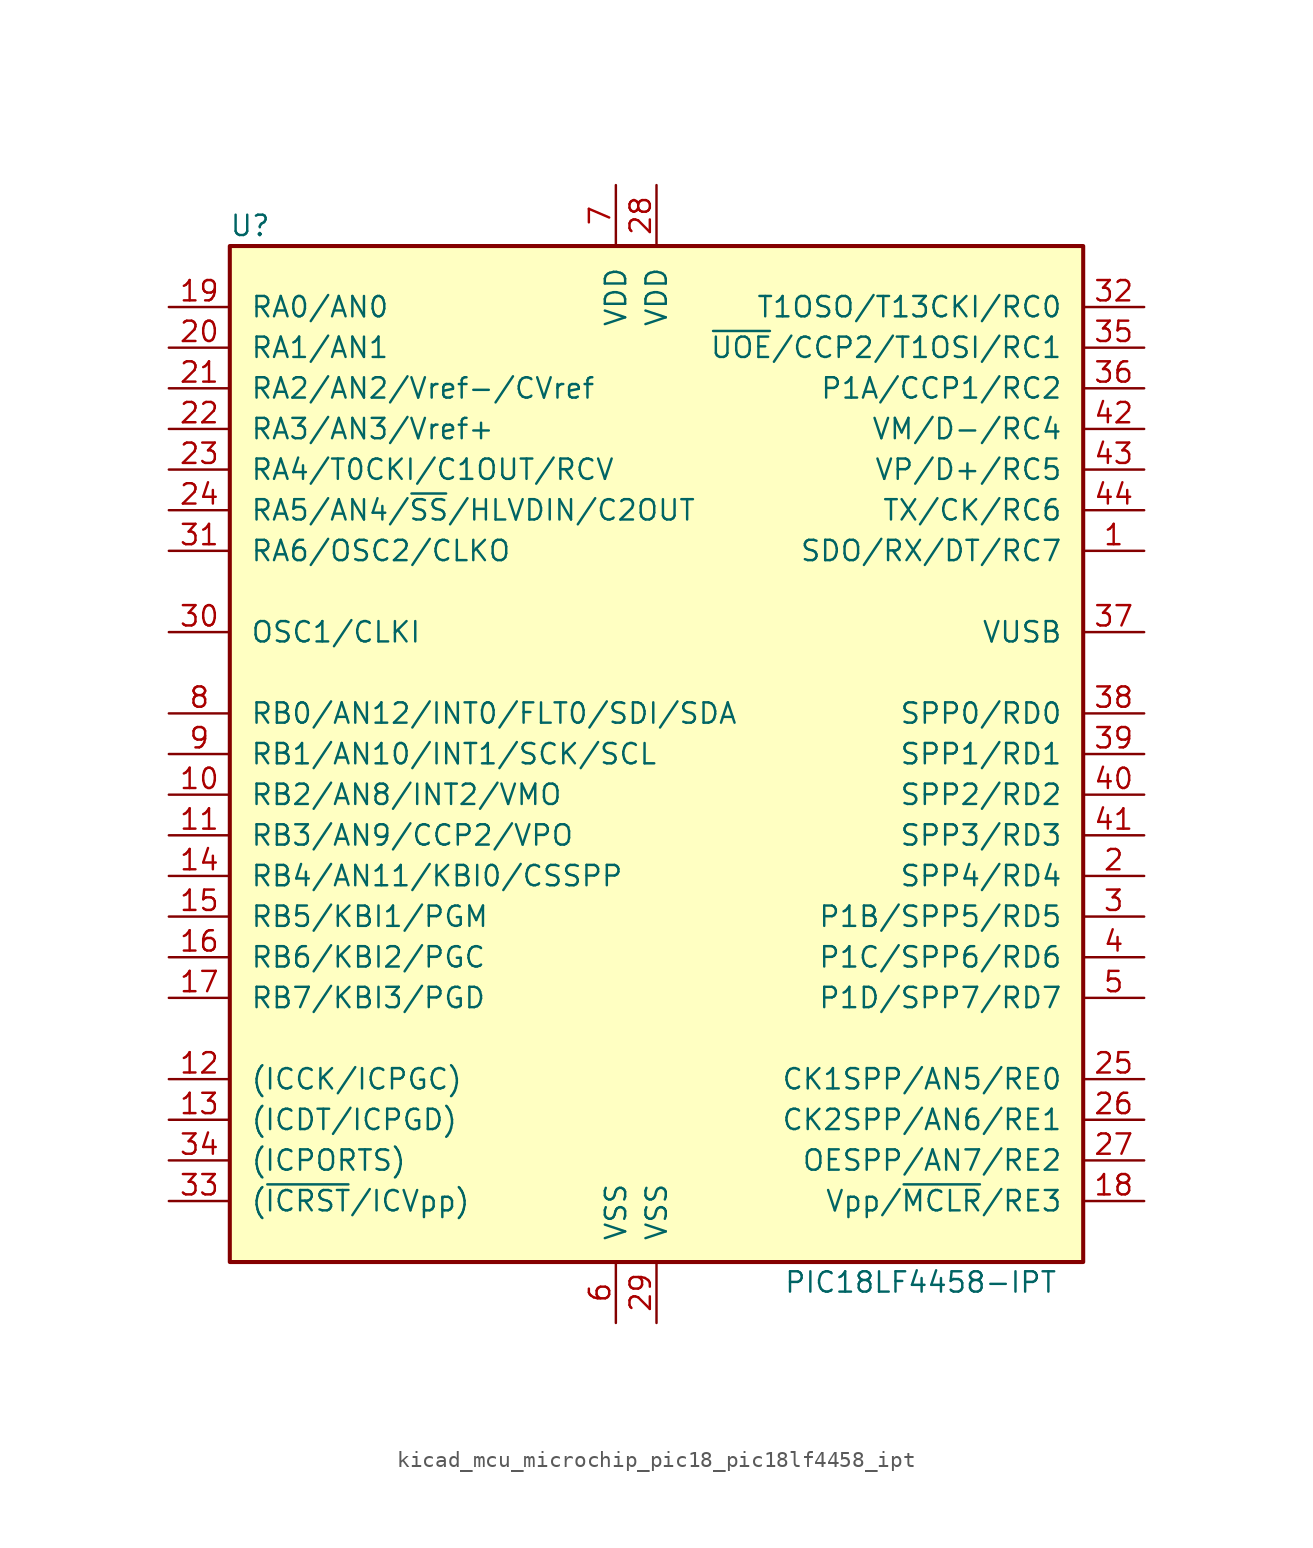
<source format=kicad_sym>
(kicad_symbol_lib
  (version 20220914)
  (generator kicad_symbol_editor)
  (symbol "kicad_mcu_microchip_pic18_pic18lf4458_ipt"
    (pin_names
      (offset 1.27))
    (property "Reference" "U"
      (at -25.4 33.02 0)
      (effects (font (size 1.27 1.27))))
    (property "Value" "PIC18LF4458-IPT"
      (at 16.51 -33.02 0)
      (effects (font (size 1.27 1.27))))
    (symbol "kicad_mcu_microchip_pic18_pic18lf4458_ipt_0_1"
      (rectangle (start -26.67 31.75) (end 26.67 -31.75) (stroke (width 0.254) (type default)) (fill (type background))))
    (symbol "kicad_mcu_microchip_pic18_pic18lf4458_ipt_1_1"
      (pin bidirectional line (at 30.48 12.7 180) (length 3.81) (name "SDO/RX/DT/RC7" (effects (font (size 1.27 1.27)))) (number "1" (effects (font (size 1.27 1.27)))))
      (pin bidirectional line (at -30.48 -2.54 0) (length 3.81) (name "RB2/AN8/INT2/VMO" (effects (font (size 1.27 1.27)))) (number "10" (effects (font (size 1.27 1.27)))))
      (pin bidirectional line (at -30.48 -5.08 0) (length 3.81) (name "RB3/AN9/CCP2/VPO" (effects (font (size 1.27 1.27)))) (number "11" (effects (font (size 1.27 1.27)))))
      (pin bidirectional line (at -30.48 -20.32 0) (length 3.81) (name "(ICCK/ICPGC)" (effects (font (size 1.27 1.27)))) (number "12" (effects (font (size 1.27 1.27)))))
      (pin bidirectional line (at -30.48 -22.86 0) (length 3.81) (name "(ICDT/ICPGD)" (effects (font (size 1.27 1.27)))) (number "13" (effects (font (size 1.27 1.27)))))
      (pin bidirectional line (at -30.48 -7.62 0) (length 3.81) (name "RB4/AN11/KBI0/CSSPP" (effects (font (size 1.27 1.27)))) (number "14" (effects (font (size 1.27 1.27)))))
      (pin bidirectional line (at -30.48 -10.16 0) (length 3.81) (name "RB5/KBI1/PGM" (effects (font (size 1.27 1.27)))) (number "15" (effects (font (size 1.27 1.27)))))
      (pin bidirectional line (at -30.48 -12.7 0) (length 3.81) (name "RB6/KBI2/PGC" (effects (font (size 1.27 1.27)))) (number "16" (effects (font (size 1.27 1.27)))))
      (pin bidirectional line (at -30.48 -15.24 0) (length 3.81) (name "RB7/KBI3/PGD" (effects (font (size 1.27 1.27)))) (number "17" (effects (font (size 1.27 1.27)))))
      (pin input line (at 30.48 -27.94 180) (length 3.81) (name "Vpp/~{MCLR}/RE3" (effects (font (size 1.27 1.27)))) (number "18" (effects (font (size 1.27 1.27)))))
      (pin bidirectional line (at -30.48 27.94 0) (length 3.81) (name "RA0/AN0" (effects (font (size 1.27 1.27)))) (number "19" (effects (font (size 1.27 1.27)))))
      (pin bidirectional line (at 30.48 -7.62 180) (length 3.81) (name "SPP4/RD4" (effects (font (size 1.27 1.27)))) (number "2" (effects (font (size 1.27 1.27)))))
      (pin bidirectional line (at -30.48 25.4 0) (length 3.81) (name "RA1/AN1" (effects (font (size 1.27 1.27)))) (number "20" (effects (font (size 1.27 1.27)))))
      (pin bidirectional line (at -30.48 22.86 0) (length 3.81) (name "RA2/AN2/Vref-/CVref" (effects (font (size 1.27 1.27)))) (number "21" (effects (font (size 1.27 1.27)))))
      (pin bidirectional line (at -30.48 20.32 0) (length 3.81) (name "RA3/AN3/Vref+" (effects (font (size 1.27 1.27)))) (number "22" (effects (font (size 1.27 1.27)))))
      (pin bidirectional line (at -30.48 17.78 0) (length 3.81) (name "RA4/T0CKI/C1OUT/RCV" (effects (font (size 1.27 1.27)))) (number "23" (effects (font (size 1.27 1.27)))))
      (pin bidirectional line (at -30.48 15.24 0) (length 3.81) (name "RA5/AN4/~{SS}/HLVDIN/C2OUT" (effects (font (size 1.27 1.27)))) (number "24" (effects (font (size 1.27 1.27)))))
      (pin bidirectional line (at 30.48 -20.32 180) (length 3.81) (name "CK1SPP/AN5/RE0" (effects (font (size 1.27 1.27)))) (number "25" (effects (font (size 1.27 1.27)))))
      (pin bidirectional line (at 30.48 -22.86 180) (length 3.81) (name "CK2SPP/AN6/RE1" (effects (font (size 1.27 1.27)))) (number "26" (effects (font (size 1.27 1.27)))))
      (pin bidirectional line (at 30.48 -25.4 180) (length 3.81) (name "OESPP/AN7/RE2" (effects (font (size 1.27 1.27)))) (number "27" (effects (font (size 1.27 1.27)))))
      (pin power_in line (at 0 35.56 270) (length 3.81) (name "VDD" (effects (font (size 1.27 1.27)))) (number "28" (effects (font (size 1.27 1.27)))))
      (pin power_in line (at 0 -35.56 90) (length 3.81) (name "VSS" (effects (font (size 1.27 1.27)))) (number "29" (effects (font (size 1.27 1.27)))))
      (pin bidirectional line (at 30.48 -10.16 180) (length 3.81) (name "P1B/SPP5/RD5" (effects (font (size 1.27 1.27)))) (number "3" (effects (font (size 1.27 1.27)))))
      (pin input line (at -30.48 7.62 0) (length 3.81) (name "OSC1/CLKI" (effects (font (size 1.27 1.27)))) (number "30" (effects (font (size 1.27 1.27)))))
      (pin bidirectional line (at -30.48 12.7 0) (length 3.81) (name "RA6/OSC2/CLKO" (effects (font (size 1.27 1.27)))) (number "31" (effects (font (size 1.27 1.27)))))
      (pin bidirectional line (at 30.48 27.94 180) (length 3.81) (name "T1OSO/T13CKI/RC0" (effects (font (size 1.27 1.27)))) (number "32" (effects (font (size 1.27 1.27)))))
      (pin input line (at -30.48 -27.94 0) (length 3.81) (name "(~{ICRST}/ICVpp)" (effects (font (size 1.27 1.27)))) (number "33" (effects (font (size 1.27 1.27)))))
      (pin input line (at -30.48 -25.4 0) (length 3.81) (name "(ICPORTS)" (effects (font (size 1.27 1.27)))) (number "34" (effects (font (size 1.27 1.27)))))
      (pin bidirectional line (at 30.48 25.4 180) (length 3.81) (name "~{UOE}/CCP2/T1OSI/RC1" (effects (font (size 1.27 1.27)))) (number "35" (effects (font (size 1.27 1.27)))))
      (pin bidirectional line (at 30.48 22.86 180) (length 3.81) (name "P1A/CCP1/RC2" (effects (font (size 1.27 1.27)))) (number "36" (effects (font (size 1.27 1.27)))))
      (pin bidirectional line (at 30.48 7.62 180) (length 3.81) (name "VUSB" (effects (font (size 1.27 1.27)))) (number "37" (effects (font (size 1.27 1.27)))))
      (pin bidirectional line (at 30.48 2.54 180) (length 3.81) (name "SPP0/RD0" (effects (font (size 1.27 1.27)))) (number "38" (effects (font (size 1.27 1.27)))))
      (pin bidirectional line (at 30.48 0 180) (length 3.81) (name "SPP1/RD1" (effects (font (size 1.27 1.27)))) (number "39" (effects (font (size 1.27 1.27)))))
      (pin bidirectional line (at 30.48 -12.7 180) (length 3.81) (name "P1C/SPP6/RD6" (effects (font (size 1.27 1.27)))) (number "4" (effects (font (size 1.27 1.27)))))
      (pin bidirectional line (at 30.48 -2.54 180) (length 3.81) (name "SPP2/RD2" (effects (font (size 1.27 1.27)))) (number "40" (effects (font (size 1.27 1.27)))))
      (pin bidirectional line (at 30.48 -5.08 180) (length 3.81) (name "SPP3/RD3" (effects (font (size 1.27 1.27)))) (number "41" (effects (font (size 1.27 1.27)))))
      (pin bidirectional line (at 30.48 20.32 180) (length 3.81) (name "VM/D-/RC4" (effects (font (size 1.27 1.27)))) (number "42" (effects (font (size 1.27 1.27)))))
      (pin bidirectional line (at 30.48 17.78 180) (length 3.81) (name "VP/D+/RC5" (effects (font (size 1.27 1.27)))) (number "43" (effects (font (size 1.27 1.27)))))
      (pin bidirectional line (at 30.48 15.24 180) (length 3.81) (name "TX/CK/RC6" (effects (font (size 1.27 1.27)))) (number "44" (effects (font (size 1.27 1.27)))))
      (pin bidirectional line (at 30.48 -15.24 180) (length 3.81) (name "P1D/SPP7/RD7" (effects (font (size 1.27 1.27)))) (number "5" (effects (font (size 1.27 1.27)))))
      (pin power_in line (at -2.54 -35.56 90) (length 3.81) (name "VSS" (effects (font (size 1.27 1.27)))) (number "6" (effects (font (size 1.27 1.27)))))
      (pin power_in line (at -2.54 35.56 270) (length 3.81) (name "VDD" (effects (font (size 1.27 1.27)))) (number "7" (effects (font (size 1.27 1.27)))))
      (pin bidirectional line (at -30.48 2.54 0) (length 3.81) (name "RB0/AN12/INT0/FLT0/SDI/SDA" (effects (font (size 1.27 1.27)))) (number "8" (effects (font (size 1.27 1.27)))))
      (pin bidirectional line (at -30.48 0 0) (length 3.81) (name "RB1/AN10/INT1/SCK/SCL" (effects (font (size 1.27 1.27)))) (number "9" (effects (font (size 1.27 1.27))))))))
</source>
